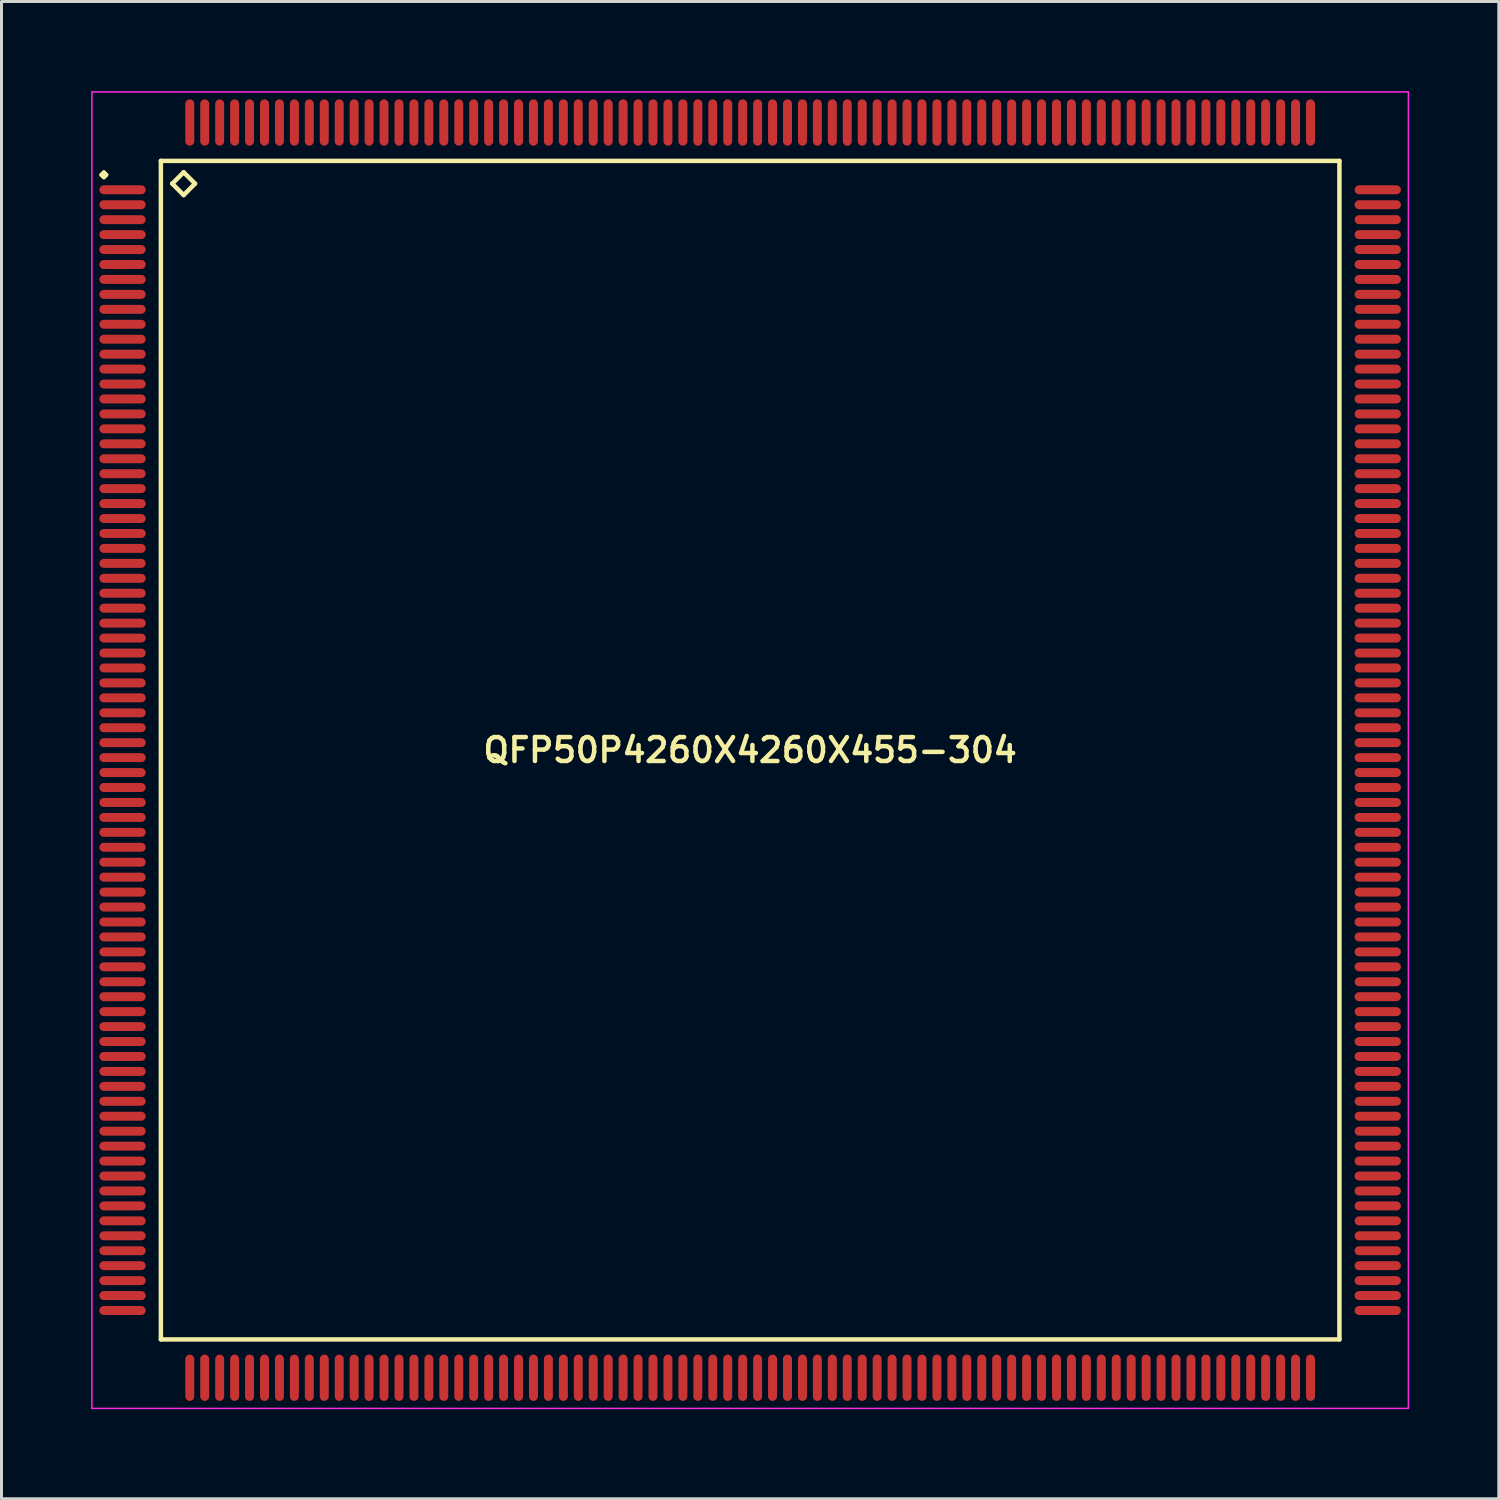
<source format=kicad_pcb>
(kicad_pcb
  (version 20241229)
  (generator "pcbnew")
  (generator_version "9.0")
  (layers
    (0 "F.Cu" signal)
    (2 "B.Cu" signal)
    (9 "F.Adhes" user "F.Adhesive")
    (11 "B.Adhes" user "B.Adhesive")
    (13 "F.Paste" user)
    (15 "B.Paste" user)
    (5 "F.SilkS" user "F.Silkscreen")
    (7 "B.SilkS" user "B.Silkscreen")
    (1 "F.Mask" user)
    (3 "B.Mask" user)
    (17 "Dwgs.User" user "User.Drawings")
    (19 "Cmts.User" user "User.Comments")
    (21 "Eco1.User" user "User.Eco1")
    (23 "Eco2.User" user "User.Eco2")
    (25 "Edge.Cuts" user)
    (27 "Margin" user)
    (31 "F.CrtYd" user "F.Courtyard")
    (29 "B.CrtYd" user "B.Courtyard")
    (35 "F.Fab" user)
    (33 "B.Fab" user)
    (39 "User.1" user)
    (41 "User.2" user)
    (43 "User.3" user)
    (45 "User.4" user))
  (footprint "QFP50P4260X4260X455-304"
    (layer "F.Cu")
    (at 22.05 22.05)
    (property "Reference" "QFP50P4260X4260X455-304" (at 0 0 0) (layer "F.SilkS") (effects (font (size 0.8 0.8) (thickness 0.15))))
    (attr smd)
    (fp_line (start -21.7 -19.25) (end -21.625 -19.325) (stroke (width 0.15) (type solid)) (layer "F.SilkS"))
    (fp_line (start -21.625 -19.325) (end -21.55 -19.25) (stroke (width 0.15) (type solid)) (layer "F.SilkS"))
    (fp_line (start -21.625 -19.175) (end -21.7 -19.25) (stroke (width 0.15) (type solid)) (layer "F.SilkS"))
    (fp_line (start -21.55 -19.25) (end -21.625 -19.175) (stroke (width 0.15) (type solid)) (layer "F.SilkS"))
    (fp_line (start -19.717 -19.717) (end -19.717 19.717) (stroke (width 0.15) (type solid)) (layer "F.SilkS"))
    (fp_line (start -19.717 19.717) (end 19.717 19.717) (stroke (width 0.15) (type solid)) (layer "F.SilkS"))
    (fp_line (start -19.336 -18.955) (end -18.955 -19.336) (stroke (width 0.15) (type solid)) (layer "F.SilkS"))
    (fp_line (start -18.955 -19.336) (end -18.574 -18.955) (stroke (width 0.15) (type solid)) (layer "F.SilkS"))
    (fp_line (start -18.955 -18.574) (end -19.336 -18.955) (stroke (width 0.15) (type solid)) (layer "F.SilkS"))
    (fp_line (start -18.574 -18.955) (end -18.955 -18.574) (stroke (width 0.15) (type solid)) (layer "F.SilkS"))
    (fp_line (start 19.717 -19.717) (end -19.717 -19.717) (stroke (width 0.15) (type solid)) (layer "F.SilkS"))
    (fp_line (start 19.717 19.717) (end 19.717 -19.717) (stroke (width 0.15) (type solid)) (layer "F.SilkS"))
    (fp_line (start -22.025 -22.025) (end 22.025 -22.025) (stroke (width 0.05) (type solid)) (layer "F.CrtYd"))
    (fp_line (start -22.025 22.025) (end -22.025 -22.025) (stroke (width 0.05) (type solid)) (layer "F.CrtYd"))
    (fp_line (start 22.025 -22.025) (end 22.025 22.025) (stroke (width 0.05) (type solid)) (layer "F.CrtYd"))
    (fp_line (start 22.025 22.025) (end -22.025 22.025) (stroke (width 0.05) (type solid)) (layer "F.CrtYd"))
    (pad "1" smd oval (at -21 -18.75) (size 1.55 0.3) (layers "F.Cu" "F.Mask" "F.Paste"))
    (pad "2" smd oval (at -21 -18.25) (size 1.55 0.3) (layers "F.Cu" "F.Mask" "F.Paste"))
    (pad "3" smd oval (at -21 -17.75) (size 1.55 0.3) (layers "F.Cu" "F.Mask" "F.Paste"))
    (pad "4" smd oval (at -21 -17.25) (size 1.55 0.3) (layers "F.Cu" "F.Mask" "F.Paste"))
    (pad "5" smd oval (at -21 -16.75) (size 1.55 0.3) (layers "F.Cu" "F.Mask" "F.Paste"))
    (pad "6" smd oval (at -21 -16.25) (size 1.55 0.3) (layers "F.Cu" "F.Mask" "F.Paste"))
    (pad "7" smd oval (at -21 -15.75) (size 1.55 0.3) (layers "F.Cu" "F.Mask" "F.Paste"))
    (pad "8" smd oval (at -21 -15.25) (size 1.55 0.3) (layers "F.Cu" "F.Mask" "F.Paste"))
    (pad "9" smd oval (at -21 -14.75) (size 1.55 0.3) (layers "F.Cu" "F.Mask" "F.Paste"))
    (pad "10" smd oval (at -21 -14.25) (size 1.55 0.3) (layers "F.Cu" "F.Mask" "F.Paste"))
    (pad "11" smd oval (at -21 -13.75) (size 1.55 0.3) (layers "F.Cu" "F.Mask" "F.Paste"))
    (pad "12" smd oval (at -21 -13.25) (size 1.55 0.3) (layers "F.Cu" "F.Mask" "F.Paste"))
    (pad "13" smd oval (at -21 -12.75) (size 1.55 0.3) (layers "F.Cu" "F.Mask" "F.Paste"))
    (pad "14" smd oval (at -21 -12.25) (size 1.55 0.3) (layers "F.Cu" "F.Mask" "F.Paste"))
    (pad "15" smd oval (at -21 -11.75) (size 1.55 0.3) (layers "F.Cu" "F.Mask" "F.Paste"))
    (pad "16" smd oval (at -21 -11.25) (size 1.55 0.3) (layers "F.Cu" "F.Mask" "F.Paste"))
    (pad "17" smd oval (at -21 -10.75) (size 1.55 0.3) (layers "F.Cu" "F.Mask" "F.Paste"))
    (pad "18" smd oval (at -21 -10.25) (size 1.55 0.3) (layers "F.Cu" "F.Mask" "F.Paste"))
    (pad "19" smd oval (at -21 -9.75) (size 1.55 0.3) (layers "F.Cu" "F.Mask" "F.Paste"))
    (pad "20" smd oval (at -21 -9.25) (size 1.55 0.3) (layers "F.Cu" "F.Mask" "F.Paste"))
    (pad "21" smd oval (at -21 -8.75) (size 1.55 0.3) (layers "F.Cu" "F.Mask" "F.Paste"))
    (pad "22" smd oval (at -21 -8.25) (size 1.55 0.3) (layers "F.Cu" "F.Mask" "F.Paste"))
    (pad "23" smd oval (at -21 -7.75) (size 1.55 0.3) (layers "F.Cu" "F.Mask" "F.Paste"))
    (pad "24" smd oval (at -21 -7.25) (size 1.55 0.3) (layers "F.Cu" "F.Mask" "F.Paste"))
    (pad "25" smd oval (at -21 -6.75) (size 1.55 0.3) (layers "F.Cu" "F.Mask" "F.Paste"))
    (pad "26" smd oval (at -21 -6.25) (size 1.55 0.3) (layers "F.Cu" "F.Mask" "F.Paste"))
    (pad "27" smd oval (at -21 -5.75) (size 1.55 0.3) (layers "F.Cu" "F.Mask" "F.Paste"))
    (pad "28" smd oval (at -21 -5.25) (size 1.55 0.3) (layers "F.Cu" "F.Mask" "F.Paste"))
    (pad "29" smd oval (at -21 -4.75) (size 1.55 0.3) (layers "F.Cu" "F.Mask" "F.Paste"))
    (pad "30" smd oval (at -21 -4.25) (size 1.55 0.3) (layers "F.Cu" "F.Mask" "F.Paste"))
    (pad "31" smd oval (at -21 -3.75) (size 1.55 0.3) (layers "F.Cu" "F.Mask" "F.Paste"))
    (pad "32" smd oval (at -21 -3.25) (size 1.55 0.3) (layers "F.Cu" "F.Mask" "F.Paste"))
    (pad "33" smd oval (at -21 -2.75) (size 1.55 0.3) (layers "F.Cu" "F.Mask" "F.Paste"))
    (pad "34" smd oval (at -21 -2.25) (size 1.55 0.3) (layers "F.Cu" "F.Mask" "F.Paste"))
    (pad "35" smd oval (at -21 -1.75) (size 1.55 0.3) (layers "F.Cu" "F.Mask" "F.Paste"))
    (pad "36" smd oval (at -21 -1.25) (size 1.55 0.3) (layers "F.Cu" "F.Mask" "F.Paste"))
    (pad "37" smd oval (at -21 -0.75) (size 1.55 0.3) (layers "F.Cu" "F.Mask" "F.Paste"))
    (pad "38" smd oval (at -21 -0.25) (size 1.55 0.3) (layers "F.Cu" "F.Mask" "F.Paste"))
    (pad "39" smd oval (at -21 0.25) (size 1.55 0.3) (layers "F.Cu" "F.Mask" "F.Paste"))
    (pad "40" smd oval (at -21 0.75) (size 1.55 0.3) (layers "F.Cu" "F.Mask" "F.Paste"))
    (pad "41" smd oval (at -21 1.25) (size 1.55 0.3) (layers "F.Cu" "F.Mask" "F.Paste"))
    (pad "42" smd oval (at -21 1.75) (size 1.55 0.3) (layers "F.Cu" "F.Mask" "F.Paste"))
    (pad "43" smd oval (at -21 2.25) (size 1.55 0.3) (layers "F.Cu" "F.Mask" "F.Paste"))
    (pad "44" smd oval (at -21 2.75) (size 1.55 0.3) (layers "F.Cu" "F.Mask" "F.Paste"))
    (pad "45" smd oval (at -21 3.25) (size 1.55 0.3) (layers "F.Cu" "F.Mask" "F.Paste"))
    (pad "46" smd oval (at -21 3.75) (size 1.55 0.3) (layers "F.Cu" "F.Mask" "F.Paste"))
    (pad "47" smd oval (at -21 4.25) (size 1.55 0.3) (layers "F.Cu" "F.Mask" "F.Paste"))
    (pad "48" smd oval (at -21 4.75) (size 1.55 0.3) (layers "F.Cu" "F.Mask" "F.Paste"))
    (pad "49" smd oval (at -21 5.25) (size 1.55 0.3) (layers "F.Cu" "F.Mask" "F.Paste"))
    (pad "50" smd oval (at -21 5.75) (size 1.55 0.3) (layers "F.Cu" "F.Mask" "F.Paste"))
    (pad "51" smd oval (at -21 6.25) (size 1.55 0.3) (layers "F.Cu" "F.Mask" "F.Paste"))
    (pad "52" smd oval (at -21 6.75) (size 1.55 0.3) (layers "F.Cu" "F.Mask" "F.Paste"))
    (pad "53" smd oval (at -21 7.25) (size 1.55 0.3) (layers "F.Cu" "F.Mask" "F.Paste"))
    (pad "54" smd oval (at -21 7.75) (size 1.55 0.3) (layers "F.Cu" "F.Mask" "F.Paste"))
    (pad "55" smd oval (at -21 8.25) (size 1.55 0.3) (layers "F.Cu" "F.Mask" "F.Paste"))
    (pad "56" smd oval (at -21 8.75) (size 1.55 0.3) (layers "F.Cu" "F.Mask" "F.Paste"))
    (pad "57" smd oval (at -21 9.25) (size 1.55 0.3) (layers "F.Cu" "F.Mask" "F.Paste"))
    (pad "58" smd oval (at -21 9.75) (size 1.55 0.3) (layers "F.Cu" "F.Mask" "F.Paste"))
    (pad "59" smd oval (at -21 10.25) (size 1.55 0.3) (layers "F.Cu" "F.Mask" "F.Paste"))
    (pad "60" smd oval (at -21 10.75) (size 1.55 0.3) (layers "F.Cu" "F.Mask" "F.Paste"))
    (pad "61" smd oval (at -21 11.25) (size 1.55 0.3) (layers "F.Cu" "F.Mask" "F.Paste"))
    (pad "62" smd oval (at -21 11.75) (size 1.55 0.3) (layers "F.Cu" "F.Mask" "F.Paste"))
    (pad "63" smd oval (at -21 12.25) (size 1.55 0.3) (layers "F.Cu" "F.Mask" "F.Paste"))
    (pad "64" smd oval (at -21 12.75) (size 1.55 0.3) (layers "F.Cu" "F.Mask" "F.Paste"))
    (pad "65" smd oval (at -21 13.25) (size 1.55 0.3) (layers "F.Cu" "F.Mask" "F.Paste"))
    (pad "66" smd oval (at -21 13.75) (size 1.55 0.3) (layers "F.Cu" "F.Mask" "F.Paste"))
    (pad "67" smd oval (at -21 14.25) (size 1.55 0.3) (layers "F.Cu" "F.Mask" "F.Paste"))
    (pad "68" smd oval (at -21 14.75) (size 1.55 0.3) (layers "F.Cu" "F.Mask" "F.Paste"))
    (pad "69" smd oval (at -21 15.25) (size 1.55 0.3) (layers "F.Cu" "F.Mask" "F.Paste"))
    (pad "70" smd oval (at -21 15.75) (size 1.55 0.3) (layers "F.Cu" "F.Mask" "F.Paste"))
    (pad "71" smd oval (at -21 16.25) (size 1.55 0.3) (layers "F.Cu" "F.Mask" "F.Paste"))
    (pad "72" smd oval (at -21 16.75) (size 1.55 0.3) (layers "F.Cu" "F.Mask" "F.Paste"))
    (pad "73" smd oval (at -21 17.25) (size 1.55 0.3) (layers "F.Cu" "F.Mask" "F.Paste"))
    (pad "74" smd oval (at -21 17.75) (size 1.55 0.3) (layers "F.Cu" "F.Mask" "F.Paste"))
    (pad "75" smd oval (at -21 18.25) (size 1.55 0.3) (layers "F.Cu" "F.Mask" "F.Paste"))
    (pad "76" smd oval (at -21 18.75) (size 1.55 0.3) (layers "F.Cu" "F.Mask" "F.Paste"))
    (pad "77" smd oval (at -18.75 21) (size 0.3 1.55) (layers "F.Cu" "F.Mask" "F.Paste"))
    (pad "78" smd oval (at -18.25 21) (size 0.3 1.55) (layers "F.Cu" "F.Mask" "F.Paste"))
    (pad "79" smd oval (at -17.75 21) (size 0.3 1.55) (layers "F.Cu" "F.Mask" "F.Paste"))
    (pad "80" smd oval (at -17.25 21) (size 0.3 1.55) (layers "F.Cu" "F.Mask" "F.Paste"))
    (pad "81" smd oval (at -16.75 21) (size 0.3 1.55) (layers "F.Cu" "F.Mask" "F.Paste"))
    (pad "82" smd oval (at -16.25 21) (size 0.3 1.55) (layers "F.Cu" "F.Mask" "F.Paste"))
    (pad "83" smd oval (at -15.75 21) (size 0.3 1.55) (layers "F.Cu" "F.Mask" "F.Paste"))
    (pad "84" smd oval (at -15.25 21) (size 0.3 1.55) (layers "F.Cu" "F.Mask" "F.Paste"))
    (pad "85" smd oval (at -14.75 21) (size 0.3 1.55) (layers "F.Cu" "F.Mask" "F.Paste"))
    (pad "86" smd oval (at -14.25 21) (size 0.3 1.55) (layers "F.Cu" "F.Mask" "F.Paste"))
    (pad "87" smd oval (at -13.75 21) (size 0.3 1.55) (layers "F.Cu" "F.Mask" "F.Paste"))
    (pad "88" smd oval (at -13.25 21) (size 0.3 1.55) (layers "F.Cu" "F.Mask" "F.Paste"))
    (pad "89" smd oval (at -12.75 21) (size 0.3 1.55) (layers "F.Cu" "F.Mask" "F.Paste"))
    (pad "90" smd oval (at -12.25 21) (size 0.3 1.55) (layers "F.Cu" "F.Mask" "F.Paste"))
    (pad "91" smd oval (at -11.75 21) (size 0.3 1.55) (layers "F.Cu" "F.Mask" "F.Paste"))
    (pad "92" smd oval (at -11.25 21) (size 0.3 1.55) (layers "F.Cu" "F.Mask" "F.Paste"))
    (pad "93" smd oval (at -10.75 21) (size 0.3 1.55) (layers "F.Cu" "F.Mask" "F.Paste"))
    (pad "94" smd oval (at -10.25 21) (size 0.3 1.55) (layers "F.Cu" "F.Mask" "F.Paste"))
    (pad "95" smd oval (at -9.75 21) (size 0.3 1.55) (layers "F.Cu" "F.Mask" "F.Paste"))
    (pad "96" smd oval (at -9.25 21) (size 0.3 1.55) (layers "F.Cu" "F.Mask" "F.Paste"))
    (pad "97" smd oval (at -8.75 21) (size 0.3 1.55) (layers "F.Cu" "F.Mask" "F.Paste"))
    (pad "98" smd oval (at -8.25 21) (size 0.3 1.55) (layers "F.Cu" "F.Mask" "F.Paste"))
    (pad "99" smd oval (at -7.75 21) (size 0.3 1.55) (layers "F.Cu" "F.Mask" "F.Paste"))
    (pad "100" smd oval (at -7.25 21) (size 0.3 1.55) (layers "F.Cu" "F.Mask" "F.Paste"))
    (pad "101" smd oval (at -6.75 21) (size 0.3 1.55) (layers "F.Cu" "F.Mask" "F.Paste"))
    (pad "102" smd oval (at -6.25 21) (size 0.3 1.55) (layers "F.Cu" "F.Mask" "F.Paste"))
    (pad "103" smd oval (at -5.75 21) (size 0.3 1.55) (layers "F.Cu" "F.Mask" "F.Paste"))
    (pad "104" smd oval (at -5.25 21) (size 0.3 1.55) (layers "F.Cu" "F.Mask" "F.Paste"))
    (pad "105" smd oval (at -4.75 21) (size 0.3 1.55) (layers "F.Cu" "F.Mask" "F.Paste"))
    (pad "106" smd oval (at -4.25 21) (size 0.3 1.55) (layers "F.Cu" "F.Mask" "F.Paste"))
    (pad "107" smd oval (at -3.75 21) (size 0.3 1.55) (layers "F.Cu" "F.Mask" "F.Paste"))
    (pad "108" smd oval (at -3.25 21) (size 0.3 1.55) (layers "F.Cu" "F.Mask" "F.Paste"))
    (pad "109" smd oval (at -2.75 21) (size 0.3 1.55) (layers "F.Cu" "F.Mask" "F.Paste"))
    (pad "110" smd oval (at -2.25 21) (size 0.3 1.55) (layers "F.Cu" "F.Mask" "F.Paste"))
    (pad "111" smd oval (at -1.75 21) (size 0.3 1.55) (layers "F.Cu" "F.Mask" "F.Paste"))
    (pad "112" smd oval (at -1.25 21) (size 0.3 1.55) (layers "F.Cu" "F.Mask" "F.Paste"))
    (pad "113" smd oval (at -0.75 21) (size 0.3 1.55) (layers "F.Cu" "F.Mask" "F.Paste"))
    (pad "114" smd oval (at -0.25 21) (size 0.3 1.55) (layers "F.Cu" "F.Mask" "F.Paste"))
    (pad "115" smd oval (at 0.25 21) (size 0.3 1.55) (layers "F.Cu" "F.Mask" "F.Paste"))
    (pad "116" smd oval (at 0.75 21) (size 0.3 1.55) (layers "F.Cu" "F.Mask" "F.Paste"))
    (pad "117" smd oval (at 1.25 21) (size 0.3 1.55) (layers "F.Cu" "F.Mask" "F.Paste"))
    (pad "118" smd oval (at 1.75 21) (size 0.3 1.55) (layers "F.Cu" "F.Mask" "F.Paste"))
    (pad "119" smd oval (at 2.25 21) (size 0.3 1.55) (layers "F.Cu" "F.Mask" "F.Paste"))
    (pad "120" smd oval (at 2.75 21) (size 0.3 1.55) (layers "F.Cu" "F.Mask" "F.Paste"))
    (pad "121" smd oval (at 3.25 21) (size 0.3 1.55) (layers "F.Cu" "F.Mask" "F.Paste"))
    (pad "122" smd oval (at 3.75 21) (size 0.3 1.55) (layers "F.Cu" "F.Mask" "F.Paste"))
    (pad "123" smd oval (at 4.25 21) (size 0.3 1.55) (layers "F.Cu" "F.Mask" "F.Paste"))
    (pad "124" smd oval (at 4.75 21) (size 0.3 1.55) (layers "F.Cu" "F.Mask" "F.Paste"))
    (pad "125" smd oval (at 5.25 21) (size 0.3 1.55) (layers "F.Cu" "F.Mask" "F.Paste"))
    (pad "126" smd oval (at 5.75 21) (size 0.3 1.55) (layers "F.Cu" "F.Mask" "F.Paste"))
    (pad "127" smd oval (at 6.25 21) (size 0.3 1.55) (layers "F.Cu" "F.Mask" "F.Paste"))
    (pad "128" smd oval (at 6.75 21) (size 0.3 1.55) (layers "F.Cu" "F.Mask" "F.Paste"))
    (pad "129" smd oval (at 7.25 21) (size 0.3 1.55) (layers "F.Cu" "F.Mask" "F.Paste"))
    (pad "130" smd oval (at 7.75 21) (size 0.3 1.55) (layers "F.Cu" "F.Mask" "F.Paste"))
    (pad "131" smd oval (at 8.25 21) (size 0.3 1.55) (layers "F.Cu" "F.Mask" "F.Paste"))
    (pad "132" smd oval (at 8.75 21) (size 0.3 1.55) (layers "F.Cu" "F.Mask" "F.Paste"))
    (pad "133" smd oval (at 9.25 21) (size 0.3 1.55) (layers "F.Cu" "F.Mask" "F.Paste"))
    (pad "134" smd oval (at 9.75 21) (size 0.3 1.55) (layers "F.Cu" "F.Mask" "F.Paste"))
    (pad "135" smd oval (at 10.25 21) (size 0.3 1.55) (layers "F.Cu" "F.Mask" "F.Paste"))
    (pad "136" smd oval (at 10.75 21) (size 0.3 1.55) (layers "F.Cu" "F.Mask" "F.Paste"))
    (pad "137" smd oval (at 11.25 21) (size 0.3 1.55) (layers "F.Cu" "F.Mask" "F.Paste"))
    (pad "138" smd oval (at 11.75 21) (size 0.3 1.55) (layers "F.Cu" "F.Mask" "F.Paste"))
    (pad "139" smd oval (at 12.25 21) (size 0.3 1.55) (layers "F.Cu" "F.Mask" "F.Paste"))
    (pad "140" smd oval (at 12.75 21) (size 0.3 1.55) (layers "F.Cu" "F.Mask" "F.Paste"))
    (pad "141" smd oval (at 13.25 21) (size 0.3 1.55) (layers "F.Cu" "F.Mask" "F.Paste"))
    (pad "142" smd oval (at 13.75 21) (size 0.3 1.55) (layers "F.Cu" "F.Mask" "F.Paste"))
    (pad "143" smd oval (at 14.25 21) (size 0.3 1.55) (layers "F.Cu" "F.Mask" "F.Paste"))
    (pad "144" smd oval (at 14.75 21) (size 0.3 1.55) (layers "F.Cu" "F.Mask" "F.Paste"))
    (pad "145" smd oval (at 15.25 21) (size 0.3 1.55) (layers "F.Cu" "F.Mask" "F.Paste"))
    (pad "146" smd oval (at 15.75 21) (size 0.3 1.55) (layers "F.Cu" "F.Mask" "F.Paste"))
    (pad "147" smd oval (at 16.25 21) (size 0.3 1.55) (layers "F.Cu" "F.Mask" "F.Paste"))
    (pad "148" smd oval (at 16.75 21) (size 0.3 1.55) (layers "F.Cu" "F.Mask" "F.Paste"))
    (pad "149" smd oval (at 17.25 21) (size 0.3 1.55) (layers "F.Cu" "F.Mask" "F.Paste"))
    (pad "150" smd oval (at 17.75 21) (size 0.3 1.55) (layers "F.Cu" "F.Mask" "F.Paste"))
    (pad "151" smd oval (at 18.25 21) (size 0.3 1.55) (layers "F.Cu" "F.Mask" "F.Paste"))
    (pad "152" smd oval (at 18.75 21) (size 0.3 1.55) (layers "F.Cu" "F.Mask" "F.Paste"))
    (pad "153" smd oval (at 21 18.75) (size 1.55 0.3) (layers "F.Cu" "F.Mask" "F.Paste"))
    (pad "154" smd oval (at 21 18.25) (size 1.55 0.3) (layers "F.Cu" "F.Mask" "F.Paste"))
    (pad "155" smd oval (at 21 17.75) (size 1.55 0.3) (layers "F.Cu" "F.Mask" "F.Paste"))
    (pad "156" smd oval (at 21 17.25) (size 1.55 0.3) (layers "F.Cu" "F.Mask" "F.Paste"))
    (pad "157" smd oval (at 21 16.75) (size 1.55 0.3) (layers "F.Cu" "F.Mask" "F.Paste"))
    (pad "158" smd oval (at 21 16.25) (size 1.55 0.3) (layers "F.Cu" "F.Mask" "F.Paste"))
    (pad "159" smd oval (at 21 15.75) (size 1.55 0.3) (layers "F.Cu" "F.Mask" "F.Paste"))
    (pad "160" smd oval (at 21 15.25) (size 1.55 0.3) (layers "F.Cu" "F.Mask" "F.Paste"))
    (pad "161" smd oval (at 21 14.75) (size 1.55 0.3) (layers "F.Cu" "F.Mask" "F.Paste"))
    (pad "162" smd oval (at 21 14.25) (size 1.55 0.3) (layers "F.Cu" "F.Mask" "F.Paste"))
    (pad "163" smd oval (at 21 13.75) (size 1.55 0.3) (layers "F.Cu" "F.Mask" "F.Paste"))
    (pad "164" smd oval (at 21 13.25) (size 1.55 0.3) (layers "F.Cu" "F.Mask" "F.Paste"))
    (pad "165" smd oval (at 21 12.75) (size 1.55 0.3) (layers "F.Cu" "F.Mask" "F.Paste"))
    (pad "166" smd oval (at 21 12.25) (size 1.55 0.3) (layers "F.Cu" "F.Mask" "F.Paste"))
    (pad "167" smd oval (at 21 11.75) (size 1.55 0.3) (layers "F.Cu" "F.Mask" "F.Paste"))
    (pad "168" smd oval (at 21 11.25) (size 1.55 0.3) (layers "F.Cu" "F.Mask" "F.Paste"))
    (pad "169" smd oval (at 21 10.75) (size 1.55 0.3) (layers "F.Cu" "F.Mask" "F.Paste"))
    (pad "170" smd oval (at 21 10.25) (size 1.55 0.3) (layers "F.Cu" "F.Mask" "F.Paste"))
    (pad "171" smd oval (at 21 9.75) (size 1.55 0.3) (layers "F.Cu" "F.Mask" "F.Paste"))
    (pad "172" smd oval (at 21 9.25) (size 1.55 0.3) (layers "F.Cu" "F.Mask" "F.Paste"))
    (pad "173" smd oval (at 21 8.75) (size 1.55 0.3) (layers "F.Cu" "F.Mask" "F.Paste"))
    (pad "174" smd oval (at 21 8.25) (size 1.55 0.3) (layers "F.Cu" "F.Mask" "F.Paste"))
    (pad "175" smd oval (at 21 7.75) (size 1.55 0.3) (layers "F.Cu" "F.Mask" "F.Paste"))
    (pad "176" smd oval (at 21 7.25) (size 1.55 0.3) (layers "F.Cu" "F.Mask" "F.Paste"))
    (pad "177" smd oval (at 21 6.75) (size 1.55 0.3) (layers "F.Cu" "F.Mask" "F.Paste"))
    (pad "178" smd oval (at 21 6.25) (size 1.55 0.3) (layers "F.Cu" "F.Mask" "F.Paste"))
    (pad "179" smd oval (at 21 5.75) (size 1.55 0.3) (layers "F.Cu" "F.Mask" "F.Paste"))
    (pad "180" smd oval (at 21 5.25) (size 1.55 0.3) (layers "F.Cu" "F.Mask" "F.Paste"))
    (pad "181" smd oval (at 21 4.75) (size 1.55 0.3) (layers "F.Cu" "F.Mask" "F.Paste"))
    (pad "182" smd oval (at 21 4.25) (size 1.55 0.3) (layers "F.Cu" "F.Mask" "F.Paste"))
    (pad "183" smd oval (at 21 3.75) (size 1.55 0.3) (layers "F.Cu" "F.Mask" "F.Paste"))
    (pad "184" smd oval (at 21 3.25) (size 1.55 0.3) (layers "F.Cu" "F.Mask" "F.Paste"))
    (pad "185" smd oval (at 21 2.75) (size 1.55 0.3) (layers "F.Cu" "F.Mask" "F.Paste"))
    (pad "186" smd oval (at 21 2.25) (size 1.55 0.3) (layers "F.Cu" "F.Mask" "F.Paste"))
    (pad "187" smd oval (at 21 1.75) (size 1.55 0.3) (layers "F.Cu" "F.Mask" "F.Paste"))
    (pad "188" smd oval (at 21 1.25) (size 1.55 0.3) (layers "F.Cu" "F.Mask" "F.Paste"))
    (pad "189" smd oval (at 21 0.75) (size 1.55 0.3) (layers "F.Cu" "F.Mask" "F.Paste"))
    (pad "190" smd oval (at 21 0.25) (size 1.55 0.3) (layers "F.Cu" "F.Mask" "F.Paste"))
    (pad "191" smd oval (at 21 -0.25) (size 1.55 0.3) (layers "F.Cu" "F.Mask" "F.Paste"))
    (pad "192" smd oval (at 21 -0.75) (size 1.55 0.3) (layers "F.Cu" "F.Mask" "F.Paste"))
    (pad "193" smd oval (at 21 -1.25) (size 1.55 0.3) (layers "F.Cu" "F.Mask" "F.Paste"))
    (pad "194" smd oval (at 21 -1.75) (size 1.55 0.3) (layers "F.Cu" "F.Mask" "F.Paste"))
    (pad "195" smd oval (at 21 -2.25) (size 1.55 0.3) (layers "F.Cu" "F.Mask" "F.Paste"))
    (pad "196" smd oval (at 21 -2.75) (size 1.55 0.3) (layers "F.Cu" "F.Mask" "F.Paste"))
    (pad "197" smd oval (at 21 -3.25) (size 1.55 0.3) (layers "F.Cu" "F.Mask" "F.Paste"))
    (pad "198" smd oval (at 21 -3.75) (size 1.55 0.3) (layers "F.Cu" "F.Mask" "F.Paste"))
    (pad "199" smd oval (at 21 -4.25) (size 1.55 0.3) (layers "F.Cu" "F.Mask" "F.Paste"))
    (pad "200" smd oval (at 21 -4.75) (size 1.55 0.3) (layers "F.Cu" "F.Mask" "F.Paste"))
    (pad "201" smd oval (at 21 -5.25) (size 1.55 0.3) (layers "F.Cu" "F.Mask" "F.Paste"))
    (pad "202" smd oval (at 21 -5.75) (size 1.55 0.3) (layers "F.Cu" "F.Mask" "F.Paste"))
    (pad "203" smd oval (at 21 -6.25) (size 1.55 0.3) (layers "F.Cu" "F.Mask" "F.Paste"))
    (pad "204" smd oval (at 21 -6.75) (size 1.55 0.3) (layers "F.Cu" "F.Mask" "F.Paste"))
    (pad "205" smd oval (at 21 -7.25) (size 1.55 0.3) (layers "F.Cu" "F.Mask" "F.Paste"))
    (pad "206" smd oval (at 21 -7.75) (size 1.55 0.3) (layers "F.Cu" "F.Mask" "F.Paste"))
    (pad "207" smd oval (at 21 -8.25) (size 1.55 0.3) (layers "F.Cu" "F.Mask" "F.Paste"))
    (pad "208" smd oval (at 21 -8.75) (size 1.55 0.3) (layers "F.Cu" "F.Mask" "F.Paste"))
    (pad "209" smd oval (at 21 -9.25) (size 1.55 0.3) (layers "F.Cu" "F.Mask" "F.Paste"))
    (pad "210" smd oval (at 21 -9.75) (size 1.55 0.3) (layers "F.Cu" "F.Mask" "F.Paste"))
    (pad "211" smd oval (at 21 -10.25) (size 1.55 0.3) (layers "F.Cu" "F.Mask" "F.Paste"))
    (pad "212" smd oval (at 21 -10.75) (size 1.55 0.3) (layers "F.Cu" "F.Mask" "F.Paste"))
    (pad "213" smd oval (at 21 -11.25) (size 1.55 0.3) (layers "F.Cu" "F.Mask" "F.Paste"))
    (pad "214" smd oval (at 21 -11.75) (size 1.55 0.3) (layers "F.Cu" "F.Mask" "F.Paste"))
    (pad "215" smd oval (at 21 -12.25) (size 1.55 0.3) (layers "F.Cu" "F.Mask" "F.Paste"))
    (pad "216" smd oval (at 21 -12.75) (size 1.55 0.3) (layers "F.Cu" "F.Mask" "F.Paste"))
    (pad "217" smd oval (at 21 -13.25) (size 1.55 0.3) (layers "F.Cu" "F.Mask" "F.Paste"))
    (pad "218" smd oval (at 21 -13.75) (size 1.55 0.3) (layers "F.Cu" "F.Mask" "F.Paste"))
    (pad "219" smd oval (at 21 -14.25) (size 1.55 0.3) (layers "F.Cu" "F.Mask" "F.Paste"))
    (pad "220" smd oval (at 21 -14.75) (size 1.55 0.3) (layers "F.Cu" "F.Mask" "F.Paste"))
    (pad "221" smd oval (at 21 -15.25) (size 1.55 0.3) (layers "F.Cu" "F.Mask" "F.Paste"))
    (pad "222" smd oval (at 21 -15.75) (size 1.55 0.3) (layers "F.Cu" "F.Mask" "F.Paste"))
    (pad "223" smd oval (at 21 -16.25) (size 1.55 0.3) (layers "F.Cu" "F.Mask" "F.Paste"))
    (pad "224" smd oval (at 21 -16.75) (size 1.55 0.3) (layers "F.Cu" "F.Mask" "F.Paste"))
    (pad "225" smd oval (at 21 -17.25) (size 1.55 0.3) (layers "F.Cu" "F.Mask" "F.Paste"))
    (pad "226" smd oval (at 21 -17.75) (size 1.55 0.3) (layers "F.Cu" "F.Mask" "F.Paste"))
    (pad "227" smd oval (at 21 -18.25) (size 1.55 0.3) (layers "F.Cu" "F.Mask" "F.Paste"))
    (pad "228" smd oval (at 21 -18.75) (size 1.55 0.3) (layers "F.Cu" "F.Mask" "F.Paste"))
    (pad "229" smd oval (at 18.75 -21) (size 0.3 1.55) (layers "F.Cu" "F.Mask" "F.Paste"))
    (pad "230" smd oval (at 18.25 -21) (size 0.3 1.55) (layers "F.Cu" "F.Mask" "F.Paste"))
    (pad "231" smd oval (at 17.75 -21) (size 0.3 1.55) (layers "F.Cu" "F.Mask" "F.Paste"))
    (pad "232" smd oval (at 17.25 -21) (size 0.3 1.55) (layers "F.Cu" "F.Mask" "F.Paste"))
    (pad "233" smd oval (at 16.75 -21) (size 0.3 1.55) (layers "F.Cu" "F.Mask" "F.Paste"))
    (pad "234" smd oval (at 16.25 -21) (size 0.3 1.55) (layers "F.Cu" "F.Mask" "F.Paste"))
    (pad "235" smd oval (at 15.75 -21) (size 0.3 1.55) (layers "F.Cu" "F.Mask" "F.Paste"))
    (pad "236" smd oval (at 15.25 -21) (size 0.3 1.55) (layers "F.Cu" "F.Mask" "F.Paste"))
    (pad "237" smd oval (at 14.75 -21) (size 0.3 1.55) (layers "F.Cu" "F.Mask" "F.Paste"))
    (pad "238" smd oval (at 14.25 -21) (size 0.3 1.55) (layers "F.Cu" "F.Mask" "F.Paste"))
    (pad "239" smd oval (at 13.75 -21) (size 0.3 1.55) (layers "F.Cu" "F.Mask" "F.Paste"))
    (pad "240" smd oval (at 13.25 -21) (size 0.3 1.55) (layers "F.Cu" "F.Mask" "F.Paste"))
    (pad "241" smd oval (at 12.75 -21) (size 0.3 1.55) (layers "F.Cu" "F.Mask" "F.Paste"))
    (pad "242" smd oval (at 12.25 -21) (size 0.3 1.55) (layers "F.Cu" "F.Mask" "F.Paste"))
    (pad "243" smd oval (at 11.75 -21) (size 0.3 1.55) (layers "F.Cu" "F.Mask" "F.Paste"))
    (pad "244" smd oval (at 11.25 -21) (size 0.3 1.55) (layers "F.Cu" "F.Mask" "F.Paste"))
    (pad "245" smd oval (at 10.75 -21) (size 0.3 1.55) (layers "F.Cu" "F.Mask" "F.Paste"))
    (pad "246" smd oval (at 10.25 -21) (size 0.3 1.55) (layers "F.Cu" "F.Mask" "F.Paste"))
    (pad "247" smd oval (at 9.75 -21) (size 0.3 1.55) (layers "F.Cu" "F.Mask" "F.Paste"))
    (pad "248" smd oval (at 9.25 -21) (size 0.3 1.55) (layers "F.Cu" "F.Mask" "F.Paste"))
    (pad "249" smd oval (at 8.75 -21) (size 0.3 1.55) (layers "F.Cu" "F.Mask" "F.Paste"))
    (pad "250" smd oval (at 8.25 -21) (size 0.3 1.55) (layers "F.Cu" "F.Mask" "F.Paste"))
    (pad "251" smd oval (at 7.75 -21) (size 0.3 1.55) (layers "F.Cu" "F.Mask" "F.Paste"))
    (pad "252" smd oval (at 7.25 -21) (size 0.3 1.55) (layers "F.Cu" "F.Mask" "F.Paste"))
    (pad "253" smd oval (at 6.75 -21) (size 0.3 1.55) (layers "F.Cu" "F.Mask" "F.Paste"))
    (pad "254" smd oval (at 6.25 -21) (size 0.3 1.55) (layers "F.Cu" "F.Mask" "F.Paste"))
    (pad "255" smd oval (at 5.75 -21) (size 0.3 1.55) (layers "F.Cu" "F.Mask" "F.Paste"))
    (pad "256" smd oval (at 5.25 -21) (size 0.3 1.55) (layers "F.Cu" "F.Mask" "F.Paste"))
    (pad "257" smd oval (at 4.75 -21) (size 0.3 1.55) (layers "F.Cu" "F.Mask" "F.Paste"))
    (pad "258" smd oval (at 4.25 -21) (size 0.3 1.55) (layers "F.Cu" "F.Mask" "F.Paste"))
    (pad "259" smd oval (at 3.75 -21) (size 0.3 1.55) (layers "F.Cu" "F.Mask" "F.Paste"))
    (pad "260" smd oval (at 3.25 -21) (size 0.3 1.55) (layers "F.Cu" "F.Mask" "F.Paste"))
    (pad "261" smd oval (at 2.75 -21) (size 0.3 1.55) (layers "F.Cu" "F.Mask" "F.Paste"))
    (pad "262" smd oval (at 2.25 -21) (size 0.3 1.55) (layers "F.Cu" "F.Mask" "F.Paste"))
    (pad "263" smd oval (at 1.75 -21) (size 0.3 1.55) (layers "F.Cu" "F.Mask" "F.Paste"))
    (pad "264" smd oval (at 1.25 -21) (size 0.3 1.55) (layers "F.Cu" "F.Mask" "F.Paste"))
    (pad "265" smd oval (at 0.75 -21) (size 0.3 1.55) (layers "F.Cu" "F.Mask" "F.Paste"))
    (pad "266" smd oval (at 0.25 -21) (size 0.3 1.55) (layers "F.Cu" "F.Mask" "F.Paste"))
    (pad "267" smd oval (at -0.25 -21) (size 0.3 1.55) (layers "F.Cu" "F.Mask" "F.Paste"))
    (pad "268" smd oval (at -0.75 -21) (size 0.3 1.55) (layers "F.Cu" "F.Mask" "F.Paste"))
    (pad "269" smd oval (at -1.25 -21) (size 0.3 1.55) (layers "F.Cu" "F.Mask" "F.Paste"))
    (pad "270" smd oval (at -1.75 -21) (size 0.3 1.55) (layers "F.Cu" "F.Mask" "F.Paste"))
    (pad "271" smd oval (at -2.25 -21) (size 0.3 1.55) (layers "F.Cu" "F.Mask" "F.Paste"))
    (pad "272" smd oval (at -2.75 -21) (size 0.3 1.55) (layers "F.Cu" "F.Mask" "F.Paste"))
    (pad "273" smd oval (at -3.25 -21) (size 0.3 1.55) (layers "F.Cu" "F.Mask" "F.Paste"))
    (pad "274" smd oval (at -3.75 -21) (size 0.3 1.55) (layers "F.Cu" "F.Mask" "F.Paste"))
    (pad "275" smd oval (at -4.25 -21) (size 0.3 1.55) (layers "F.Cu" "F.Mask" "F.Paste"))
    (pad "276" smd oval (at -4.75 -21) (size 0.3 1.55) (layers "F.Cu" "F.Mask" "F.Paste"))
    (pad "277" smd oval (at -5.25 -21) (size 0.3 1.55) (layers "F.Cu" "F.Mask" "F.Paste"))
    (pad "278" smd oval (at -5.75 -21) (size 0.3 1.55) (layers "F.Cu" "F.Mask" "F.Paste"))
    (pad "279" smd oval (at -6.25 -21) (size 0.3 1.55) (layers "F.Cu" "F.Mask" "F.Paste"))
    (pad "280" smd oval (at -6.75 -21) (size 0.3 1.55) (layers "F.Cu" "F.Mask" "F.Paste"))
    (pad "281" smd oval (at -7.25 -21) (size 0.3 1.55) (layers "F.Cu" "F.Mask" "F.Paste"))
    (pad "282" smd oval (at -7.75 -21) (size 0.3 1.55) (layers "F.Cu" "F.Mask" "F.Paste"))
    (pad "283" smd oval (at -8.25 -21) (size 0.3 1.55) (layers "F.Cu" "F.Mask" "F.Paste"))
    (pad "284" smd oval (at -8.75 -21) (size 0.3 1.55) (layers "F.Cu" "F.Mask" "F.Paste"))
    (pad "285" smd oval (at -9.25 -21) (size 0.3 1.55) (layers "F.Cu" "F.Mask" "F.Paste"))
    (pad "286" smd oval (at -9.75 -21) (size 0.3 1.55) (layers "F.Cu" "F.Mask" "F.Paste"))
    (pad "287" smd oval (at -10.25 -21) (size 0.3 1.55) (layers "F.Cu" "F.Mask" "F.Paste"))
    (pad "288" smd oval (at -10.75 -21) (size 0.3 1.55) (layers "F.Cu" "F.Mask" "F.Paste"))
    (pad "289" smd oval (at -11.25 -21) (size 0.3 1.55) (layers "F.Cu" "F.Mask" "F.Paste"))
    (pad "290" smd oval (at -11.75 -21) (size 0.3 1.55) (layers "F.Cu" "F.Mask" "F.Paste"))
    (pad "291" smd oval (at -12.25 -21) (size 0.3 1.55) (layers "F.Cu" "F.Mask" "F.Paste"))
    (pad "292" smd oval (at -12.75 -21) (size 0.3 1.55) (layers "F.Cu" "F.Mask" "F.Paste"))
    (pad "293" smd oval (at -13.25 -21) (size 0.3 1.55) (layers "F.Cu" "F.Mask" "F.Paste"))
    (pad "294" smd oval (at -13.75 -21) (size 0.3 1.55) (layers "F.Cu" "F.Mask" "F.Paste"))
    (pad "295" smd oval (at -14.25 -21) (size 0.3 1.55) (layers "F.Cu" "F.Mask" "F.Paste"))
    (pad "296" smd oval (at -14.75 -21) (size 0.3 1.55) (layers "F.Cu" "F.Mask" "F.Paste"))
    (pad "297" smd oval (at -15.25 -21) (size 0.3 1.55) (layers "F.Cu" "F.Mask" "F.Paste"))
    (pad "298" smd oval (at -15.75 -21) (size 0.3 1.55) (layers "F.Cu" "F.Mask" "F.Paste"))
    (pad "299" smd oval (at -16.25 -21) (size 0.3 1.55) (layers "F.Cu" "F.Mask" "F.Paste"))
    (pad "300" smd oval (at -16.75 -21) (size 0.3 1.55) (layers "F.Cu" "F.Mask" "F.Paste"))
    (pad "301" smd oval (at -17.25 -21) (size 0.3 1.55) (layers "F.Cu" "F.Mask" "F.Paste"))
    (pad "302" smd oval (at -17.75 -21) (size 0.3 1.55) (layers "F.Cu" "F.Mask" "F.Paste"))
    (pad "303" smd oval (at -18.25 -21) (size 0.3 1.55) (layers "F.Cu" "F.Mask" "F.Paste"))
    (pad "304" smd oval (at -18.75 -21) (size 0.3 1.55) (layers "F.Cu" "F.Mask" "F.Paste")))
  (gr_rect
    (start -3 -3)
    (end 47.1 47.1)
    (stroke (width 0.1) (type default))
    (fill no)
    (layer "Edge.Cuts")))
</source>
